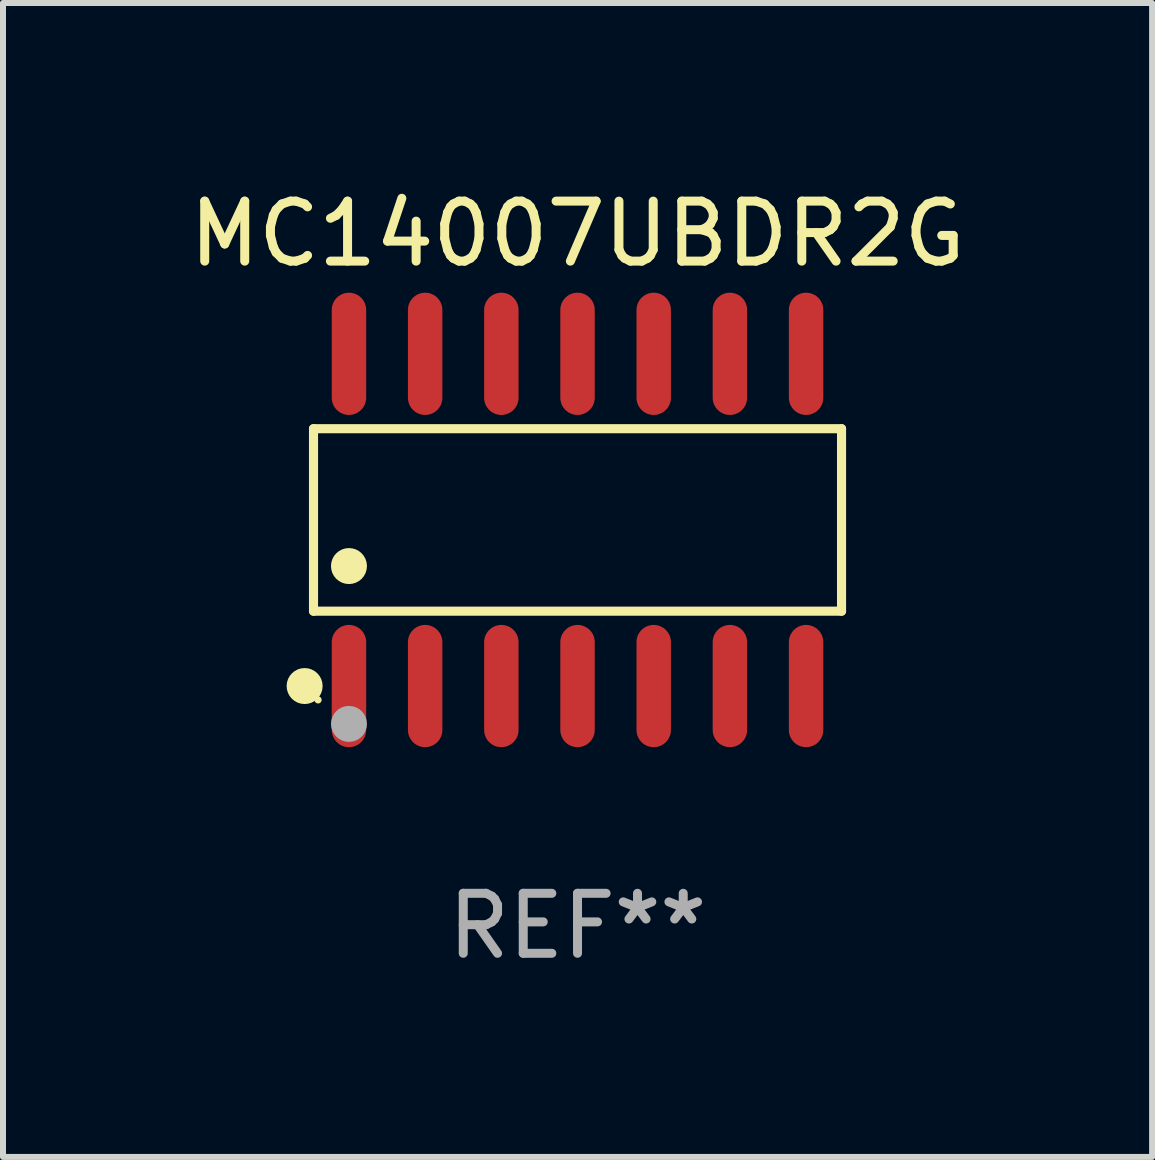
<source format=kicad_pcb>
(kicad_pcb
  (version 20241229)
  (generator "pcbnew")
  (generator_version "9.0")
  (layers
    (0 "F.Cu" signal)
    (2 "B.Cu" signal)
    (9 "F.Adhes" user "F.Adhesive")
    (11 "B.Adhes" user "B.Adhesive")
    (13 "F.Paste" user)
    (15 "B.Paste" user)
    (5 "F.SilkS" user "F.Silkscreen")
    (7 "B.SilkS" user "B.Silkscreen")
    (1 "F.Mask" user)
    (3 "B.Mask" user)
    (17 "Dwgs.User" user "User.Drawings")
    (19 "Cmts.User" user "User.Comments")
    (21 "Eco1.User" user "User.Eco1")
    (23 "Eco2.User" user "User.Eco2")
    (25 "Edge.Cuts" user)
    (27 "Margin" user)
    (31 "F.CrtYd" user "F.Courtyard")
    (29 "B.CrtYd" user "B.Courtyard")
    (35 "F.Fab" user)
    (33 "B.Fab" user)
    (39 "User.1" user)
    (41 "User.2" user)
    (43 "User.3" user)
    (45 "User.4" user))
  (footprint "MC14007UBDR2G"
    (layer "F.Cu")
    (at 6.577 5.617)
    (property "Reference" "MC14007UBDR2G" (at 0 -4.769 0) (layer "F.SilkS") (effects (font (size 1 1) (thickness 0.15))))
    (attr through_hole)
    (fp_line (start -4.401 -1.521) (end 4.401 -1.521) (stroke (width 0.152) (type solid)) (layer "F.SilkS"))
    (fp_line (start -4.401 1.521) (end -4.401 -1.521) (stroke (width 0.152) (type solid)) (layer "F.SilkS"))
    (fp_line (start 4.401 -1.521) (end 4.401 1.521) (stroke (width 0.152) (type solid)) (layer "F.SilkS"))
    (fp_line (start 4.401 1.521) (end -4.401 1.521) (stroke (width 0.152) (type solid)) (layer "F.SilkS"))
    (fp_circle (center -4.549 2.769) (end -4.399 2.769) (stroke (width 0.3) (type solid)) (fill no) (layer "F.SilkS"))
    (fp_circle (center -4.325 3) (end -4.295 3) (stroke (width 0.06) (type solid)) (fill no) (layer "F.SilkS"))
    (fp_circle (center -3.81 0.769) (end -3.66 0.769) (stroke (width 0.3) (type solid)) (fill no) (layer "F.SilkS"))
    (fp_circle (center -3.81 3.4) (end -3.66 3.4) (stroke (width 0.3) (type solid)) (fill no) (layer "F.Fab"))
    (fp_text user "REF**" (at 0 6.769 0) (layer "F.Fab") (effects (font (size 1 1) (thickness 0.15))))
    (pad "1" smd oval (at -3.81 2.769) (size 0.574 2.038) (layers "F.Cu" "F.Mask" "F.Paste"))
    (pad "2" smd oval (at -2.54 2.769) (size 0.574 2.038) (layers "F.Cu" "F.Mask" "F.Paste"))
    (pad "3" smd oval (at -1.27 2.769) (size 0.574 2.038) (layers "F.Cu" "F.Mask" "F.Paste"))
    (pad "4" smd oval (at 0 2.769) (size 0.574 2.038) (layers "F.Cu" "F.Mask" "F.Paste"))
    (pad "5" smd oval (at 1.27 2.769) (size 0.574 2.038) (layers "F.Cu" "F.Mask" "F.Paste"))
    (pad "6" smd oval (at 2.54 2.769) (size 0.574 2.038) (layers "F.Cu" "F.Mask" "F.Paste"))
    (pad "7" smd oval (at 3.81 2.769) (size 0.574 2.038) (layers "F.Cu" "F.Mask" "F.Paste"))
    (pad "8" smd oval (at 3.81 -2.769) (size 0.574 2.038) (layers "F.Cu" "F.Mask" "F.Paste"))
    (pad "9" smd oval (at 2.54 -2.769) (size 0.574 2.038) (layers "F.Cu" "F.Mask" "F.Paste"))
    (pad "10" smd oval (at 1.27 -2.769) (size 0.574 2.038) (layers "F.Cu" "F.Mask" "F.Paste"))
    (pad "11" smd oval (at 0 -2.769) (size 0.574 2.038) (layers "F.Cu" "F.Mask" "F.Paste"))
    (pad "12" smd oval (at -1.27 -2.769) (size 0.574 2.038) (layers "F.Cu" "F.Mask" "F.Paste"))
    (pad "13" smd oval (at -2.54 -2.769) (size 0.574 2.038) (layers "F.Cu" "F.Mask" "F.Paste"))
    (pad "14" smd oval (at -3.81 -2.769) (size 0.574 2.038) (layers "F.Cu" "F.Mask" "F.Paste")))
  (gr_rect
    (start -3 -3)
    (end 16.155 16.235)
    (stroke (width 0.1) (type default))
    (fill no)
    (layer "Edge.Cuts")))
</source>
